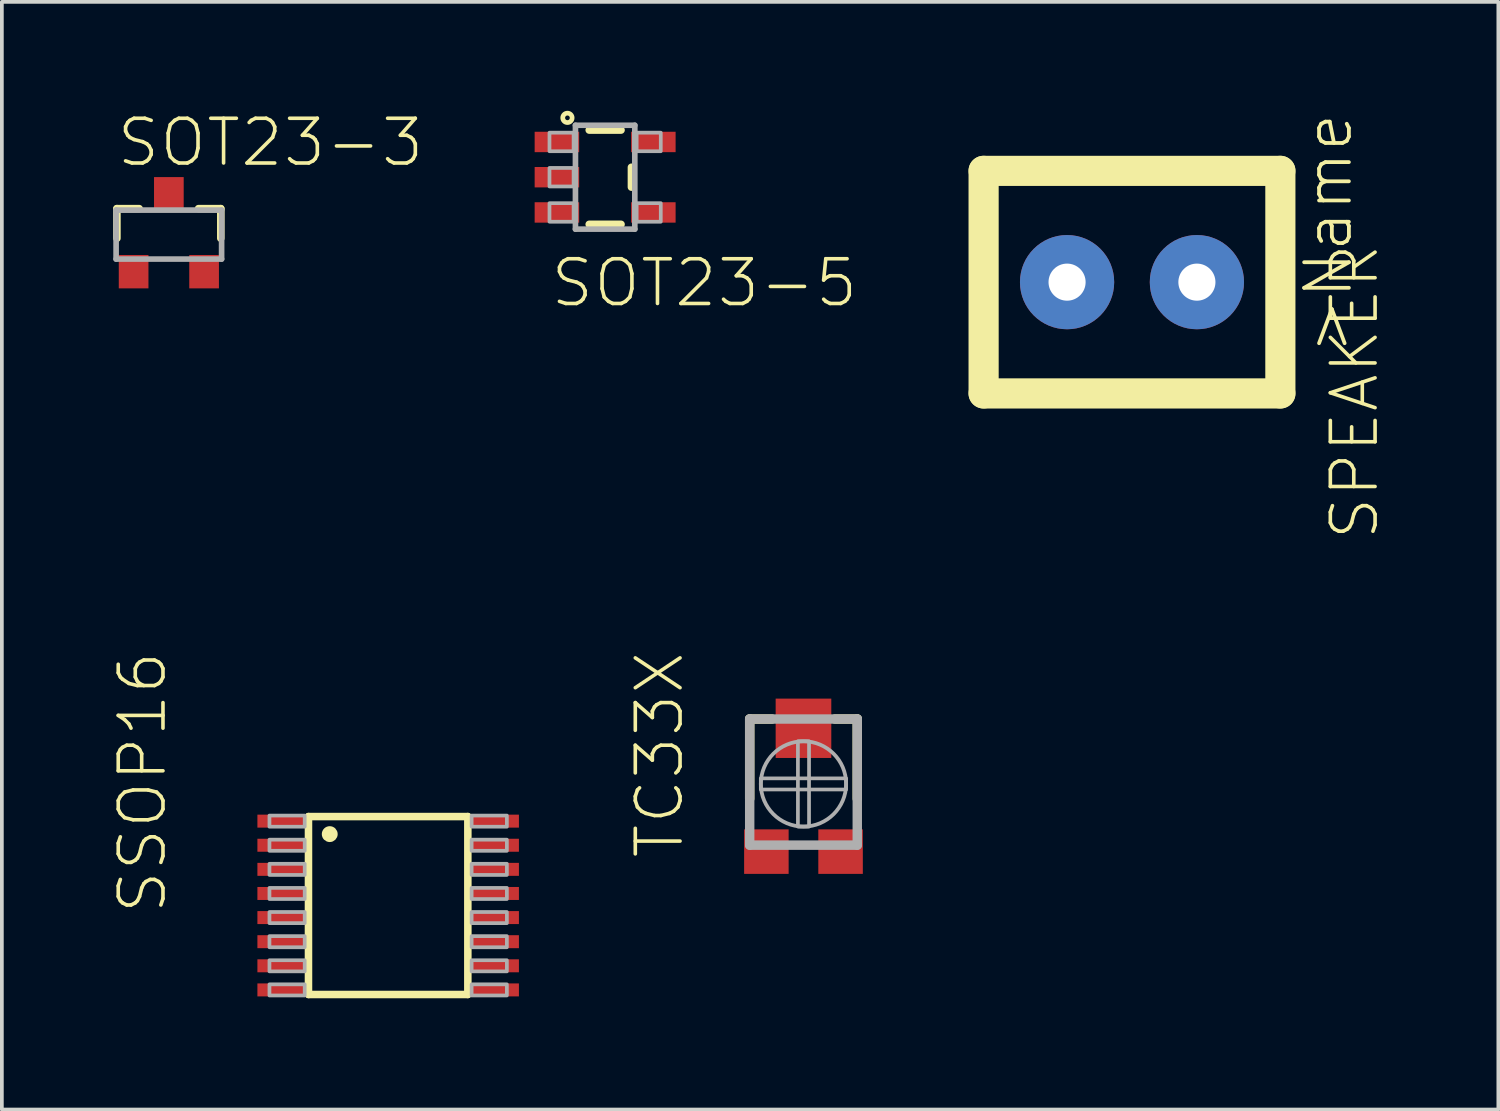
<source format=kicad_pcb>
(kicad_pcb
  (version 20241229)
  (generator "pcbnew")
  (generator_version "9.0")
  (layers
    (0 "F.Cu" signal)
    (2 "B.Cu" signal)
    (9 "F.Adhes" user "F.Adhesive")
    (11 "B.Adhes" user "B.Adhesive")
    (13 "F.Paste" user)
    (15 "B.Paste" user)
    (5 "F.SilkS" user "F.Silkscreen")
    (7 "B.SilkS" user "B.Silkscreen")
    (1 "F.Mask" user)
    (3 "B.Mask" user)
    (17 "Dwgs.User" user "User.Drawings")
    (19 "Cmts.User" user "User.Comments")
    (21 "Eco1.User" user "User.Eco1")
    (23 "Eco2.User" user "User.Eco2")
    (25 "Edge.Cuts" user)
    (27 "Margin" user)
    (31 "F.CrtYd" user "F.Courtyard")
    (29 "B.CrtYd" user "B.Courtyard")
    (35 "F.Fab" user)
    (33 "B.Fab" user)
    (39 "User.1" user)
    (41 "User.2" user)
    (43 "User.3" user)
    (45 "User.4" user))
  (footprint "SSOP16"
    (layer "F.Cu")
    (at 7.414 21.361)
    (property "Reference" "SSOP16" (at -5.918 0.279 270) (layer "F.SilkS") (effects (font (size 1.206 1.206) (thickness 0.097)) (justify left bottom)))
    (attr through_hole)
    (fp_line (start -2.148 -2.398) (end -2.148 2.398) (stroke (width 0.203) (type solid)) (layer "F.SilkS"))
    (fp_line (start -2.148 2.398) (end 2.148 2.398) (stroke (width 0.203) (type solid)) (layer "F.SilkS"))
    (fp_line (start 2.148 -2.398) (end -2.148 -2.398) (stroke (width 0.203) (type solid)) (layer "F.SilkS"))
    (fp_line (start 2.148 2.398) (end 2.148 -2.398) (stroke (width 0.203) (type solid)) (layer "F.SilkS"))
    (fp_circle (center -1.575 -1.925) (end -1.468 -1.925) (stroke (width 0.214) (type solid)) (fill no) (layer "F.SilkS"))
    (fp_poly (pts (xy -3.2 -2.125) (xy -2.25 -2.125) (xy -2.25 -2.425) (xy -3.2 -2.425)) (stroke (width 0.1) (type solid)) (fill no) (layer "F.Fab"))
    (fp_poly (pts (xy -3.2 -1.475) (xy -2.25 -1.475) (xy -2.25 -1.775) (xy -3.2 -1.775)) (stroke (width 0.1) (type solid)) (fill no) (layer "F.Fab"))
    (fp_poly (pts (xy -3.2 -0.825) (xy -2.25 -0.825) (xy -2.25 -1.125) (xy -3.2 -1.125)) (stroke (width 0.1) (type solid)) (fill no) (layer "F.Fab"))
    (fp_poly (pts (xy -3.2 -0.175) (xy -2.25 -0.175) (xy -2.25 -0.475) (xy -3.2 -0.475)) (stroke (width 0.1) (type solid)) (fill no) (layer "F.Fab"))
    (fp_poly (pts (xy -3.2 0.475) (xy -2.25 0.475) (xy -2.25 0.175) (xy -3.2 0.175)) (stroke (width 0.1) (type solid)) (fill no) (layer "F.Fab"))
    (fp_poly (pts (xy -3.2 1.125) (xy -2.25 1.125) (xy -2.25 0.825) (xy -3.2 0.825)) (stroke (width 0.1) (type solid)) (fill no) (layer "F.Fab"))
    (fp_poly (pts (xy -3.2 1.775) (xy -2.25 1.775) (xy -2.25 1.475) (xy -3.2 1.475)) (stroke (width 0.1) (type solid)) (fill no) (layer "F.Fab"))
    (fp_poly (pts (xy -3.2 2.425) (xy -2.25 2.425) (xy -2.25 2.125) (xy -3.2 2.125)) (stroke (width 0.1) (type solid)) (fill no) (layer "F.Fab"))
    (fp_poly (pts (xy 3.2 -2.425) (xy 2.25 -2.425) (xy 2.25 -2.125) (xy 3.2 -2.125)) (stroke (width 0.1) (type solid)) (fill no) (layer "F.Fab"))
    (fp_poly (pts (xy 3.2 -1.775) (xy 2.25 -1.775) (xy 2.25 -1.475) (xy 3.2 -1.475)) (stroke (width 0.1) (type solid)) (fill no) (layer "F.Fab"))
    (fp_poly (pts (xy 3.2 -1.125) (xy 2.25 -1.125) (xy 2.25 -0.825) (xy 3.2 -0.825)) (stroke (width 0.1) (type solid)) (fill no) (layer "F.Fab"))
    (fp_poly (pts (xy 3.2 -0.475) (xy 2.25 -0.475) (xy 2.25 -0.175) (xy 3.2 -0.175)) (stroke (width 0.1) (type solid)) (fill no) (layer "F.Fab"))
    (fp_poly (pts (xy 3.2 0.175) (xy 2.25 0.175) (xy 2.25 0.475) (xy 3.2 0.475)) (stroke (width 0.1) (type solid)) (fill no) (layer "F.Fab"))
    (fp_poly (pts (xy 3.2 0.825) (xy 2.25 0.825) (xy 2.25 1.125) (xy 3.2 1.125)) (stroke (width 0.1) (type solid)) (fill no) (layer "F.Fab"))
    (fp_poly (pts (xy 3.2 1.475) (xy 2.25 1.475) (xy 2.25 1.775) (xy 3.2 1.775)) (stroke (width 0.1) (type solid)) (fill no) (layer "F.Fab"))
    (fp_poly (pts (xy 3.2 2.125) (xy 2.25 2.125) (xy 2.25 2.425) (xy 3.2 2.425)) (stroke (width 0.1) (type solid)) (fill no) (layer "F.Fab"))
    (pad "1" smd rect (at -2.875 -2.275) (size 1.3 0.35) (layers "F.Cu" "F.Mask" "F.Paste"))
    (pad "2" smd rect (at -2.875 -1.625) (size 1.3 0.35) (layers "F.Cu" "F.Mask" "F.Paste"))
    (pad "3" smd rect (at -2.875 -0.975) (size 1.3 0.35) (layers "F.Cu" "F.Mask" "F.Paste"))
    (pad "4" smd rect (at -2.875 -0.325) (size 1.3 0.35) (layers "F.Cu" "F.Mask" "F.Paste"))
    (pad "5" smd rect (at -2.875 0.325) (size 1.3 0.35) (layers "F.Cu" "F.Mask" "F.Paste"))
    (pad "6" smd rect (at -2.875 0.975) (size 1.3 0.35) (layers "F.Cu" "F.Mask" "F.Paste"))
    (pad "7" smd rect (at -2.875 1.625) (size 1.3 0.35) (layers "F.Cu" "F.Mask" "F.Paste"))
    (pad "8" smd rect (at -2.875 2.275) (size 1.3 0.35) (layers "F.Cu" "F.Mask" "F.Paste"))
    (pad "9" smd rect (at 2.875 2.275 180) (size 1.3 0.35) (layers "F.Cu" "F.Mask" "F.Paste"))
    (pad "10" smd rect (at 2.875 1.625 180) (size 1.3 0.35) (layers "F.Cu" "F.Mask" "F.Paste"))
    (pad "11" smd rect (at 2.875 0.975 180) (size 1.3 0.35) (layers "F.Cu" "F.Mask" "F.Paste"))
    (pad "12" smd rect (at 2.875 0.325 180) (size 1.3 0.35) (layers "F.Cu" "F.Mask" "F.Paste"))
    (pad "13" smd rect (at 2.875 -0.325 180) (size 1.3 0.35) (layers "F.Cu" "F.Mask" "F.Paste"))
    (pad "14" smd rect (at 2.875 -0.975 180) (size 1.3 0.35) (layers "F.Cu" "F.Mask" "F.Paste"))
    (pad "15" smd rect (at 2.875 -1.625 180) (size 1.3 0.35) (layers "F.Cu" "F.Mask" "F.Paste"))
    (pad "16" smd rect (at 2.875 -2.275 180) (size 1.3 0.35) (layers "F.Cu" "F.Mask" "F.Paste")))
  (footprint "SOT23-3"
    (layer "F.Cu")
    (at 1.502 3.274)
    (property "Reference" "SOT23-3" (at -1.46 -1.778 180) (layer "F.SilkS") (effects (font (size 1.206 1.206) (thickness 0.097)) (justify left bottom)))
    (attr through_hole)
    (fp_line (start -1.4 -0.7) (end -1.4 0.1) (stroke (width 0.203) (type solid)) (layer "F.SilkS"))
    (fp_line (start -0.8 -0.7) (end -1.4 -0.7) (stroke (width 0.203) (type solid)) (layer "F.SilkS"))
    (fp_line (start 0.8 -0.7) (end 1.4 -0.7) (stroke (width 0.203) (type solid)) (layer "F.SilkS"))
    (fp_line (start 1.4 -0.7) (end 1.4 0.1) (stroke (width 0.203) (type solid)) (layer "F.SilkS"))
    (fp_line (start -1.422 -0.66) (end 1.422 -0.66) (stroke (width 0.152) (type solid)) (layer "F.Fab"))
    (fp_line (start -1.422 0.66) (end -1.422 -0.66) (stroke (width 0.152) (type solid)) (layer "F.Fab"))
    (fp_line (start 1.422 -0.66) (end 1.422 0.66) (stroke (width 0.152) (type solid)) (layer "F.Fab"))
    (fp_line (start 1.422 0.66) (end -1.422 0.66) (stroke (width 0.152) (type solid)) (layer "F.Fab"))
    (pad "1" smd rect (at -0.95 1) (size 0.8 0.9) (layers "F.Cu" "F.Mask" "F.Paste"))
    (pad "2" smd rect (at 0.95 1) (size 0.8 0.9) (layers "F.Cu" "F.Mask" "F.Paste"))
    (pad "3" smd rect (at 0 -1.1) (size 0.8 0.9) (layers "F.Cu" "F.Mask" "F.Paste")))
  (footprint "SOT23-5"
    (layer "F.Cu")
    (at 13.263 1.727)
    (property "Reference" "SOT23-5" (at -1.524 3.556 0) (layer "F.SilkS") (effects (font (size 1.206 1.206) (thickness 0.097)) (justify left bottom)))
    (attr through_hole)
    (fp_line (start -0.429 -1.27) (end 0.429 -1.27) (stroke (width 0.203) (type solid)) (layer "F.SilkS"))
    (fp_line (start 0.429 1.27) (end -0.429 1.27) (stroke (width 0.203) (type solid)) (layer "F.SilkS"))
    (fp_line (start 0.709 -0.268) (end 0.709 0.268) (stroke (width 0.203) (type solid)) (layer "F.SilkS"))
    (fp_circle (center -1.016 -1.6) (end -0.953 -1.6) (stroke (width 0.127) (type solid)) (fill no) (layer "F.SilkS"))
    (fp_line (start -0.8 1.4) (end -0.8 -1.4) (stroke (width 0.152) (type solid)) (layer "F.Fab"))
    (fp_line (start 0.8 -1.4) (end -0.8 -1.4) (stroke (width 0.152) (type solid)) (layer "F.Fab"))
    (fp_line (start 0.8 -1.4) (end 0.8 1.4) (stroke (width 0.152) (type solid)) (layer "F.Fab"))
    (fp_line (start 0.8 1.4) (end -0.8 1.4) (stroke (width 0.152) (type solid)) (layer "F.Fab"))
    (fp_poly (pts (xy -1.5 -1.2) (xy -1.5 -0.7) (xy -0.85 -0.7) (xy -0.85 -1.2)) (stroke (width 0.1) (type solid)) (fill no) (layer "F.Fab"))
    (fp_poly (pts (xy -1.5 -0.25) (xy -1.5 0.25) (xy -0.85 0.25) (xy -0.85 -0.25)) (stroke (width 0.1) (type solid)) (fill no) (layer "F.Fab"))
    (fp_poly (pts (xy -1.5 0.7) (xy -1.5 1.2) (xy -0.85 1.2) (xy -0.85 0.7)) (stroke (width 0.1) (type solid)) (fill no) (layer "F.Fab"))
    (fp_poly (pts (xy 0.85 -1.2) (xy 0.85 -0.7) (xy 1.5 -0.7) (xy 1.5 -1.2)) (stroke (width 0.1) (type solid)) (fill no) (layer "F.Fab"))
    (fp_poly (pts (xy 0.85 0.7) (xy 0.85 1.2) (xy 1.5 1.2) (xy 1.5 0.7)) (stroke (width 0.1) (type solid)) (fill no) (layer "F.Fab"))
    (pad "1" smd rect (at -1.3 -0.95 270) (size 0.55 1.2) (layers "F.Cu" "F.Mask" "F.Paste"))
    (pad "2" smd rect (at -1.3 0 270) (size 0.55 1.2) (layers "F.Cu" "F.Mask" "F.Paste"))
    (pad "3" smd rect (at -1.3 0.95 270) (size 0.55 1.2) (layers "F.Cu" "F.Mask" "F.Paste"))
    (pad "4" smd rect (at 1.3 0.95 270) (size 0.55 1.2) (layers "F.Cu" "F.Mask" "F.Paste"))
    (pad "5" smd rect (at 1.3 -0.95 270) (size 0.55 1.2) (layers "F.Cu" "F.Mask" "F.Paste")))
  (footprint "TC33X"
    (layer "F.Cu")
    (at 18.61 18.083)
    (property "Reference" "TC33X" (at -3.175 2.064 270) (layer "F.SilkS") (effects (font (size 1.206 1.206) (thickness 0.097)) (justify left bottom)))
    (attr through_hole)
    (fp_line (start -1.45 -1.75) (end -0.85 -1.75) (stroke (width 0.254) (type solid)) (layer "F.SilkS"))
    (fp_line (start -1.45 0.4) (end -1.45 -1.75) (stroke (width 0.254) (type solid)) (layer "F.SilkS"))
    (fp_line (start 1.45 -1.75) (end 0.85 -1.75) (stroke (width 0.254) (type solid)) (layer "F.SilkS"))
    (fp_line (start 1.45 0.4) (end 1.45 -1.75) (stroke (width 0.254) (type solid)) (layer "F.SilkS"))
    (fp_line (start -1.45 -1.75) (end -1.45 1.65) (stroke (width 0.254) (type solid)) (layer "F.Fab"))
    (fp_line (start -1.45 1.65) (end 1.45 1.65) (stroke (width 0.254) (type solid)) (layer "F.Fab"))
    (fp_line (start 1.45 -1.75) (end -1.45 -1.75) (stroke (width 0.254) (type solid)) (layer "F.Fab"))
    (fp_line (start 1.45 1.65) (end 1.45 -1.75) (stroke (width 0.254) (type solid)) (layer "F.Fab"))
    (fp_circle (center 0 0) (end 1.15 0) (stroke (width 0.102) (type solid)) (fill no) (layer "F.Fab"))
    (fp_poly (pts (xy -1.15 0.15) (xy 1.15 0.15) (xy 1.15 -0.15) (xy -1.15 -0.15)) (stroke (width 0.1) (type solid)) (fill no) (layer "F.Fab"))
    (fp_poly (pts (xy -0.15 1.15) (xy 0.15 1.15) (xy 0.15 -1.15) (xy -0.15 -1.15)) (stroke (width 0.1) (type solid)) (fill no) (layer "F.Fab"))
    (pad "1" smd rect (at -1 1.825) (size 1.2 1.2) (layers "F.Cu" "F.Mask" "F.Paste"))
    (pad "2" smd rect (at 0 -1.5) (size 1.5 1.6) (layers "F.Cu" "F.Mask" "F.Paste"))
    (pad "3" smd rect (at 1 1.825) (size 1.2 1.2) (layers "F.Cu" "F.Mask" "F.Paste")))
  (footprint "SPEAKER"
    (layer "F.Cu")
    (at 27.466 4.556)
    (property "Reference" "SPEAKER" (at 6 2.953 90) (layer "F.SilkS") (effects (font (size 1.206 1.206) (thickness 0.097))))
    (attr through_hole)
    (fp_line (start -4 -3) (end 4 -3) (stroke (width 0.813) (type solid)) (layer "F.SilkS"))
    (fp_line (start -4 3) (end -4 -3) (stroke (width 0.813) (type solid)) (layer "F.SilkS"))
    (fp_line (start 4 -3) (end 4 3) (stroke (width 0.813) (type solid)) (layer "F.SilkS"))
    (fp_line (start 4 3) (end -4 3) (stroke (width 0.813) (type solid)) (layer "F.SilkS"))
    (fp_text user ">Name" (at 6 2 90) (layer "F.SilkS") (effects (font (size 1.206 1.206) (thickness 0.102)) (justify left bottom)))
    (pad "1" thru_hole circle (at -1.75 0) (size 2.54 2.54) (drill 1) (layers "*.Cu" "*.Mask"))
    (pad "2" thru_hole circle (at 1.75 0) (size 2.54 2.54) (drill 1) (layers "*.Cu" "*.Mask")))
  (gr_rect
    (start -3 -3)
    (end 37.342 26.861)
    (stroke (width 0.1) (type default))
    (fill no)
    (layer "Edge.Cuts")))
</source>
